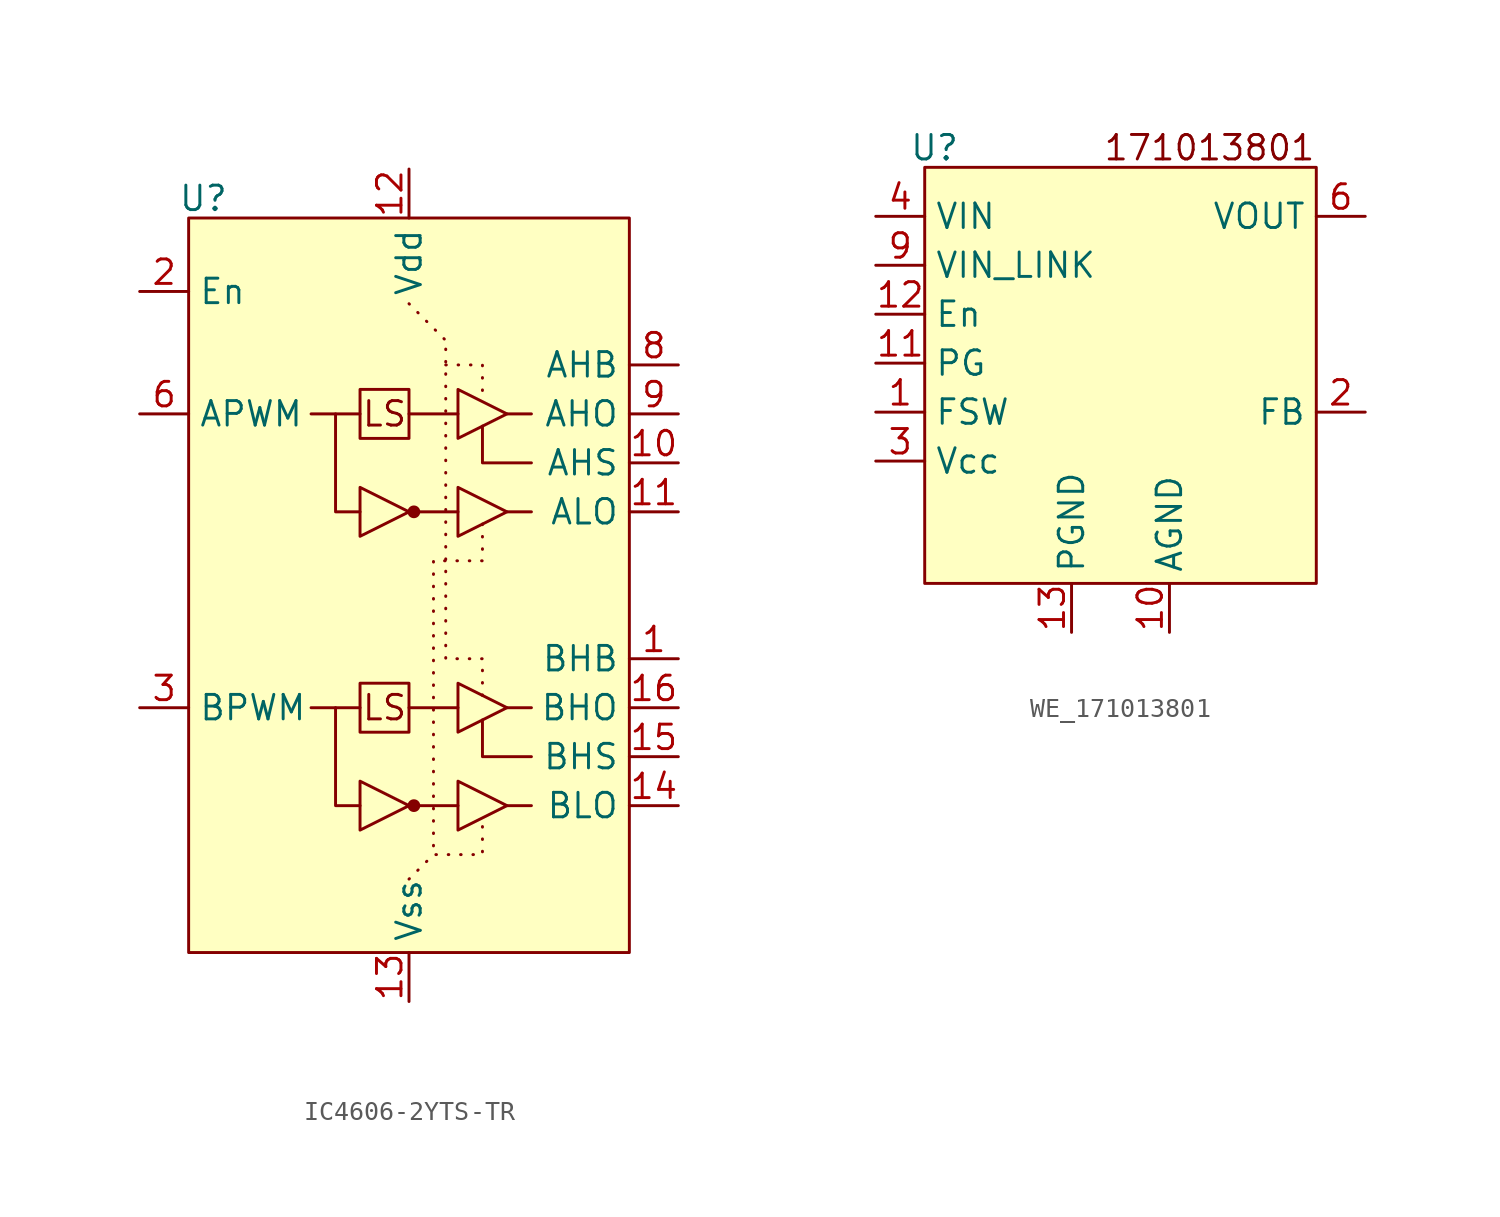
<source format=kicad_sym>
(kicad_symbol_lib
  (version 20231120)
  (generator "kicad_symbol_editor")
  (generator_version "8.0")
  (symbol "IC4606-2YTS-TR"
    (property "Reference" "U"
      (at -10.668 20.066 0)
      (effects (font (size 1.27 1.27))))
    (property "Value" ""
      (at -4.826 18.542 0)
      (effects (font (size 1.27 1.27))))
    (symbol "IC4606-2YTS-TR_0_1"
      (rectangle (start -2.54 -5.08) (end 0 -7.62) (stroke (width 0) (type default)) (fill (type none)))
      (rectangle (start -2.54 10.16) (end 0 7.62) (stroke (width 0) (type default)) (fill (type none))))
    (symbol "IC4606-2YTS-TR_1_1"
      (rectangle (start -11.43 19.05) (end 11.43 -19.05) (stroke (width 0) (type default)) (fill (type background)))
      (polyline (pts (xy -5.08 -6.35) (xy -2.54 -6.35)) (stroke (width 0) (type default)) (fill (type none)))
      (polyline (pts (xy -5.08 8.89) (xy -2.54 8.89)) (stroke (width 0) (type default)) (fill (type none)))
      (polyline (pts (xy 0 -11.43) (xy 2.54 -11.43)) (stroke (width 0) (type default)) (fill (type none)))
      (polyline (pts (xy 0 -6.35) (xy 2.54 -6.35)) (stroke (width 0) (type default)) (fill (type none)))
      (polyline (pts (xy 0 3.81) (xy 2.54 3.81)) (stroke (width 0) (type default)) (fill (type none)))
      (polyline (pts (xy 0 8.89) (xy 2.54 8.89)) (stroke (width 0) (type default)) (fill (type none)))
      (polyline (pts (xy 0 14.605) (xy 1.905 12.7)) (stroke (width 0) (type dot)) (fill (type none)))
      (polyline (pts (xy 5.08 -11.43) (xy 6.35 -11.43)) (stroke (width 0) (type default)) (fill (type none)))
      (polyline (pts (xy 5.08 -6.35) (xy 6.35 -6.35)) (stroke (width 0) (type default)) (fill (type none)))
      (polyline (pts (xy 5.08 3.81) (xy 6.35 3.81)) (stroke (width 0) (type default)) (fill (type none)))
      (polyline (pts (xy 5.08 8.89) (xy 6.35 8.89)) (stroke (width 0) (type default)) (fill (type none)))
      (polyline (pts (xy -2.54 -11.43) (xy -3.81 -11.43) (xy -3.81 -6.35)) (stroke (width 0) (type default)) (fill (type none)))
      (polyline (pts (xy -2.54 3.81) (xy -3.81 3.81) (xy -3.81 8.89)) (stroke (width 0) (type default)) (fill (type none)))
      (polyline (pts (xy 6.35 -8.89) (xy 3.81 -8.89) (xy 3.81 -6.985)) (stroke (width 0) (type default)) (fill (type none)))
      (polyline (pts (xy 6.35 6.35) (xy 3.81 6.35) (xy 3.81 8.255)) (stroke (width 0) (type default)) (fill (type none)))
      (polyline (pts (xy 0 -15.24) (xy 1.27 -13.97) (xy 3.81 -13.97) (xy 3.81 -12.065)) (stroke (width 0) (type dot)) (fill (type none)))
      (polyline (pts (xy 0 -11.43) (xy -2.54 -10.16) (xy -2.54 -12.7) (xy 0 -11.43)) (stroke (width 0) (type default)) (fill (type none)))
      (polyline (pts (xy 0 3.81) (xy -2.54 5.08) (xy -2.54 2.54) (xy 0 3.81)) (stroke (width 0) (type default)) (fill (type none)))
      (polyline (pts (xy 1.905 11.43) (xy 1.905 11.43) (xy 3.81 11.43) (xy 3.81 9.525)) (stroke (width 0) (type dot)) (fill (type none)))
      (polyline (pts (xy 3.81 -5.715) (xy 3.81 -3.81) (xy 1.905 -3.81) (xy 1.905 12.7)) (stroke (width 0) (type dot)) (fill (type none)))
      (polyline (pts (xy 3.81 3.175) (xy 3.81 1.27) (xy 1.27 1.27) (xy 1.27 -13.97)) (stroke (width 0) (type dot)) (fill (type none)))
      (polyline (pts (xy 5.08 -11.43) (xy 2.54 -10.16) (xy 2.54 -12.7) (xy 5.08 -11.43)) (stroke (width 0) (type default)) (fill (type none)))
      (polyline (pts (xy 5.08 -6.35) (xy 2.54 -5.08) (xy 2.54 -7.62) (xy 5.08 -6.35)) (stroke (width 0) (type default)) (fill (type none)))
      (polyline (pts (xy 5.08 3.81) (xy 2.54 5.08) (xy 2.54 2.54) (xy 5.08 3.81)) (stroke (width 0) (type default)) (fill (type none)))
      (polyline (pts (xy 5.08 8.89) (xy 2.54 10.16) (xy 2.54 7.62) (xy 5.08 8.89)) (stroke (width 0) (type default)) (fill (type none)))
      (circle (center 0.254 -11.43) (radius 0.254) (stroke (width 0) (type default)) (fill (type outline)))
      (circle (center 0.254 3.81) (radius 0.254) (stroke (width 0) (type default)) (fill (type outline)))
      (text "LS" (at -1.27 -6.35 0) (effects (font (size 1.27 1.27))))
      (text "LS" (at -1.27 8.89 0) (effects (font (size 1.27 1.27))))
      (pin input line (at 13.97 -3.81 180) (length 2.54) (name "BHB" (effects (font (size 1.27 1.27)))) (number "1" (effects (font (size 1.27 1.27)))))
      (pin input line (at 13.97 6.35 180) (length 2.54) (name "AHS" (effects (font (size 1.27 1.27)))) (number "10" (effects (font (size 1.27 1.27)))))
      (pin output line (at 13.97 3.81 180) (length 2.54) (name "ALO" (effects (font (size 1.27 1.27)))) (number "11" (effects (font (size 1.27 1.27)))))
      (pin power_in line (at 0 21.59 270) (length 2.54) (name "Vdd" (effects (font (size 1.27 1.27)))) (number "12" (effects (font (size 1.27 1.27)))))
      (pin power_in line (at 0 -21.59 90) (length 2.54) (name "Vss" (effects (font (size 1.27 1.27)))) (number "13" (effects (font (size 1.27 1.27)))))
      (pin output line (at 13.97 -11.43 180) (length 2.54) (name "BLO" (effects (font (size 1.27 1.27)))) (number "14" (effects (font (size 1.27 1.27)))))
      (pin input line (at 13.97 -8.89 180) (length 2.54) (name "BHS" (effects (font (size 1.27 1.27)))) (number "15" (effects (font (size 1.27 1.27)))))
      (pin output line (at 13.97 -6.35 180) (length 2.54) (name "BHO" (effects (font (size 1.27 1.27)))) (number "16" (effects (font (size 1.27 1.27)))))
      (pin input line (at -13.97 15.24 0) (length 2.54) (name "En" (effects (font (size 1.27 1.27)))) (number "2" (effects (font (size 1.27 1.27)))))
      (pin input line (at -13.97 -6.35 0) (length 2.54) (name "BPWM" (effects (font (size 1.27 1.27)))) (number "3" (effects (font (size 1.27 1.27)))))
      (pin no_connect line (at -13.97 -11.43 0) (length 2.54) hide (name "BLI" (effects (font (size 1.27 1.27)))) (number "4" (effects (font (size 1.27 1.27)))))
      (pin no_connect line (at -13.97 3.81 0) (length 2.54) hide (name "ALI" (effects (font (size 1.27 1.27)))) (number "5" (effects (font (size 1.27 1.27)))))
      (pin input line (at -13.97 8.89 0) (length 2.54) (name "APWM" (effects (font (size 1.27 1.27)))) (number "6" (effects (font (size 1.27 1.27)))))
      (pin no_connect line (at -13.97 17.78 0) (length 2.54) hide (name "NC" (effects (font (size 1.27 1.27)))) (number "7" (effects (font (size 1.27 1.27)))))
      (pin input line (at 13.97 11.43 180) (length 2.54) (name "AHB" (effects (font (size 1.27 1.27)))) (number "8" (effects (font (size 1.27 1.27)))))
      (pin output line (at 13.97 8.89 180) (length 2.54) (name "AHO" (effects (font (size 1.27 1.27)))) (number "9" (effects (font (size 1.27 1.27)))))))
  (symbol "WE_171013801"
    (property "Reference" "U"
      (at -9.652 11.176 0)
      (effects (font (size 1.27 1.27))))
    (property "Value" ""
      (at 2.54 2.54 0)
      (effects (font (size 1.27 1.27))))
    (symbol "WE_171013801_1_1"
      (rectangle (start -10.16 10.16) (end 10.16 -11.43) (stroke (width 0) (type default)) (fill (type background)))
      (text "171013801" (at 10.16 11.176 0) (effects (font (size 1.27 1.27)) (justify right)))
      (pin input line (at -12.7 -2.54 0) (length 2.54) (name "FSW" (effects (font (size 1.27 1.27)))) (number "1" (effects (font (size 1.27 1.27)))))
      (pin input line (at 2.54 -13.97 90) (length 2.54) (name "AGND" (effects (font (size 1.27 1.27)))) (number "10" (effects (font (size 1.27 1.27)))))
      (pin power_in line (at -12.7 0 0) (length 2.54) (name "PG" (effects (font (size 1.27 1.27)))) (number "11" (effects (font (size 1.27 1.27)))))
      (pin input line (at -12.7 2.54 0) (length 2.54) (name "En" (effects (font (size 1.27 1.27)))) (number "12" (effects (font (size 1.27 1.27)))))
      (pin input line (at -2.54 -13.97 90) (length 2.54) (name "PGND" (effects (font (size 1.27 1.27)))) (number "13" (effects (font (size 1.27 1.27)))))
      (pin input line (at 12.7 -2.54 180) (length 2.54) (name "FB" (effects (font (size 1.27 1.27)))) (number "2" (effects (font (size 1.27 1.27)))))
      (pin power_out line (at -12.7 -5.08 0) (length 2.54) (name "Vcc" (effects (font (size 1.27 1.27)))) (number "3" (effects (font (size 1.27 1.27)))))
      (pin power_in line (at -12.7 7.62 0) (length 2.54) (name "VIN" (effects (font (size 1.27 1.27)))) (number "4" (effects (font (size 1.27 1.27)))))
      (pin power_in line (at -12.7 7.62 0) (length 2.54) hide (name "VIN" (effects (font (size 1.27 1.27)))) (number "5" (effects (font (size 1.27 1.27)))))
      (pin power_out line (at 12.7 7.62 180) (length 2.54) (name "VOUT" (effects (font (size 1.27 1.27)))) (number "6" (effects (font (size 1.27 1.27)))))
      (pin passive line (at 12.7 7.62 180) (length 2.54) hide (name "VOUT" (effects (font (size 1.27 1.27)))) (number "7" (effects (font (size 1.27 1.27)))))
      (pin no_connect line (at 12.7 5.08 180) (length 2.54) hide (name "DNC" (effects (font (size 1.27 1.27)))) (number "8" (effects (font (size 1.27 1.27)))))
      (pin power_out line (at -12.7 5.08 0) (length 2.54) (name "VIN_LINK" (effects (font (size 1.27 1.27)))) (number "9" (effects (font (size 1.27 1.27))))))))
</source>
